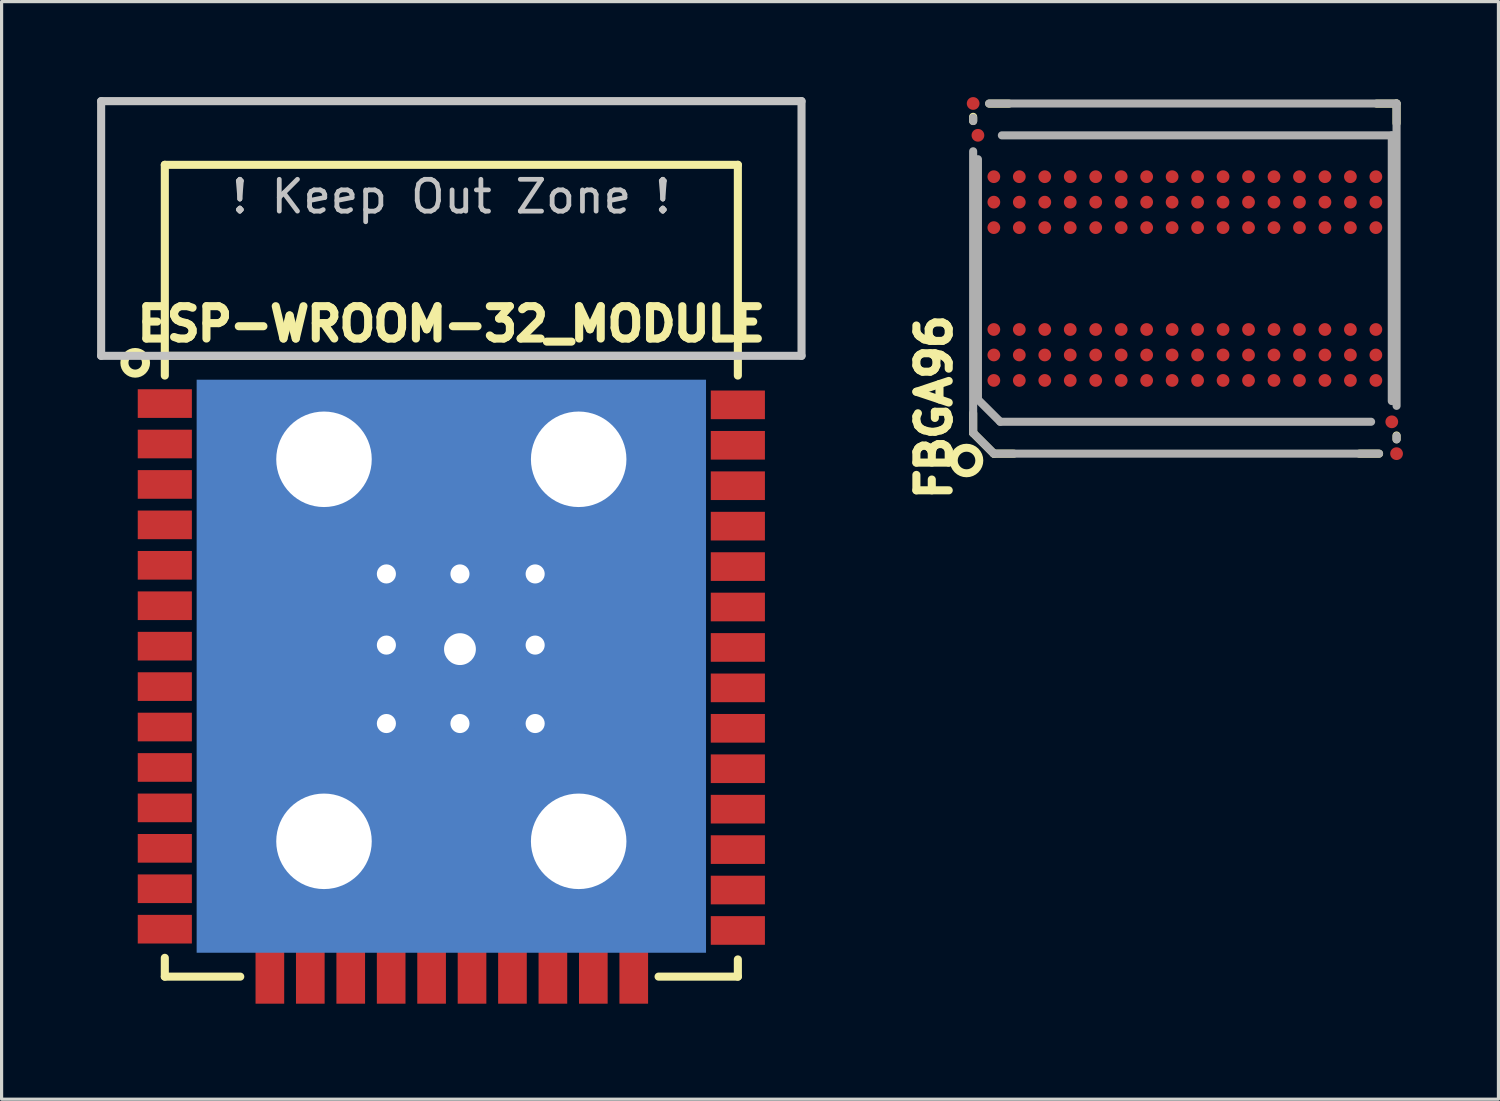
<source format=kicad_pcb>
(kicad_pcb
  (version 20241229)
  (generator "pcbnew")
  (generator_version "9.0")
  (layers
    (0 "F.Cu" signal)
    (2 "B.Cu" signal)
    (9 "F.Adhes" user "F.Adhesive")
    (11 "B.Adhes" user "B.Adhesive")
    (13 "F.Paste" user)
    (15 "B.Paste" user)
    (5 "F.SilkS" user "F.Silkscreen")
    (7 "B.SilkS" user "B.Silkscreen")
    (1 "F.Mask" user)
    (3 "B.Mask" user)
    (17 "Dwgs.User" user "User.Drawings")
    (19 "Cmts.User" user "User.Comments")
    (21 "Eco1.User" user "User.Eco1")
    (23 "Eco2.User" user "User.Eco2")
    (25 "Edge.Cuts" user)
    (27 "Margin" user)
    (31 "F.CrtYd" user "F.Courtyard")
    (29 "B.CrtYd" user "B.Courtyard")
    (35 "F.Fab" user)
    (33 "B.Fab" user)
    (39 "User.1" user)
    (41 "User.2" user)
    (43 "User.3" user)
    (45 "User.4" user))
  (footprint "ESP-WROOM-32_MODULE"
    (layer "F.Cu")
    (at 11.127 14.877)
    (property "Reference" "ESP-WROOM-32_MODULE" (at 0 -7.75 0) (layer "F.SilkS") (effects (font (size 1.016 1.016) (thickness 0.254))))
    (attr through_hole)
    (fp_line (start -9 -12.75) (end -9 -6.13) (stroke (width 0.254) (type solid)) (layer "F.SilkS"))
    (fp_line (start -9 -12.75) (end 9 -12.75) (stroke (width 0.254) (type solid)) (layer "F.SilkS"))
    (fp_line (start -9 -6.75) (end 9 -6.75) (stroke (width 0.254) (type solid)) (layer "F.SilkS"))
    (fp_line (start -9 12.75) (end -9 12.16) (stroke (width 0.254) (type solid)) (layer "F.SilkS"))
    (fp_line (start -9 12.75) (end -6.63 12.75) (stroke (width 0.254) (type solid)) (layer "F.SilkS"))
    (fp_line (start 9 -12.75) (end 9 -6.13) (stroke (width 0.254) (type solid)) (layer "F.SilkS"))
    (fp_line (start 9 12.75) (end 6.51 12.75) (stroke (width 0.254) (type solid)) (layer "F.SilkS"))
    (fp_line (start 9 12.75) (end 9 12.21) (stroke (width 0.254) (type solid)) (layer "F.SilkS"))
    (fp_circle (center -9.93 -6.53) (end -9.69 -6.77) (stroke (width 0.254) (type solid)) (fill no) (layer "F.SilkS"))
    (fp_line (start -11 -14.75) (end 11 -14.75) (stroke (width 0.254) (type solid)) (layer "Dwgs.User"))
    (fp_line (start -11 -6.75) (end -11 -14.75) (stroke (width 0.254) (type solid)) (layer "Dwgs.User"))
    (fp_line (start -11 -6.75) (end 11 -6.75) (stroke (width 0.254) (type solid)) (layer "Dwgs.User"))
    (fp_line (start 11 -14.75) (end 11 -6.75) (stroke (width 0.254) (type solid)) (layer "Dwgs.User"))
    (fp_text user "! Keep Out Zone !" (at 0 -11.75 0) (layer "Dwgs.User") (effects (font (size 1 1) (thickness 0.15))))
    (pad "" np_thru_hole circle (at -4 -3.5) (size 3 3) (drill oval 3) (layers "*.Cu" "*.Mask"))
    (pad "" np_thru_hole circle (at -4 8.5) (size 3 3) (drill oval 3) (layers "*.Cu" "*.Mask"))
    (pad "" thru_hole circle (at -2.04 0.101) (size 1.3 1.3) (drill 0.6) (layers "*.Cu" "F.Mask"))
    (pad "" smd rect (at -0.999 1.066) (size 1.4 1.4) (layers "F.Paste"))
    (pad "" smd rect (at -0.974 3.733) (size 1.4 1.4) (layers "F.Paste"))
    (pad "" smd rect (at 1.541 1.066) (size 1.4 1.4) (layers "F.Paste"))
    (pad "" smd rect (at 1.566 3.733) (size 1.4 1.4) (layers "F.Paste"))
    (pad "" np_thru_hole circle (at 4 -3.5) (size 3 3) (drill oval 3) (layers "*.Cu" "*.Mask"))
    (pad "" np_thru_hole circle (at 4 8.5) (size 3 3) (drill oval 3) (layers "*.Cu" "*.Mask"))
    (pad "1" smd rect (at -9 -5.25) (size 1.7 0.9) (layers "F.Cu" "F.Mask" "F.Paste"))
    (pad "2" smd rect (at -9 -3.98) (size 1.7 0.9) (layers "F.Cu" "F.Mask" "F.Paste"))
    (pad "3" smd rect (at -9 -2.71) (size 1.7 0.9) (layers "F.Cu" "F.Mask" "F.Paste"))
    (pad "4" smd rect (at -9 -1.44) (size 1.7 0.9) (layers "F.Cu" "F.Mask" "F.Paste"))
    (pad "5" smd rect (at -9 -0.17) (size 1.7 0.9) (layers "F.Cu" "F.Mask" "F.Paste"))
    (pad "6" smd rect (at -9 1.1) (size 1.7 0.9) (layers "F.Cu" "F.Mask" "F.Paste"))
    (pad "7" smd rect (at -9 2.37) (size 1.7 0.9) (layers "F.Cu" "F.Mask" "F.Paste"))
    (pad "8" smd rect (at -9 3.64) (size 1.7 0.9) (layers "F.Cu" "F.Mask" "F.Paste"))
    (pad "9" smd rect (at -9 4.91) (size 1.7 0.9) (layers "F.Cu" "F.Mask" "F.Paste"))
    (pad "10" smd rect (at -9 6.18) (size 1.7 0.9) (layers "F.Cu" "F.Mask" "F.Paste"))
    (pad "11" smd rect (at -9 7.45) (size 1.7 0.9) (layers "F.Cu" "F.Mask" "F.Paste"))
    (pad "12" smd rect (at -9 8.72) (size 1.7 0.9) (layers "F.Cu" "F.Mask" "F.Paste"))
    (pad "13" smd rect (at -9 9.99) (size 1.7 0.9) (layers "F.Cu" "F.Mask" "F.Paste"))
    (pad "14" smd rect (at -9 11.26) (size 1.7 0.9) (layers "F.Cu" "F.Mask" "F.Paste"))
    (pad "15" smd rect (at -5.7 12.75) (size 0.9 1.7) (layers "F.Cu" "F.Mask" "F.Paste"))
    (pad "16" smd rect (at -4.43 12.75) (size 0.9 1.7) (layers "F.Cu" "F.Mask" "F.Paste"))
    (pad "17" smd rect (at -3.16 12.75) (size 0.9 1.7) (layers "F.Cu" "F.Mask" "F.Paste"))
    (pad "18" smd rect (at -1.89 12.75) (size 0.9 1.7) (layers "F.Cu" "F.Mask" "F.Paste"))
    (pad "19" smd rect (at -0.62 12.75) (size 0.9 1.7) (layers "F.Cu" "F.Mask" "F.Paste"))
    (pad "20" smd rect (at 0.65 12.75) (size 0.9 1.7) (layers "F.Cu" "F.Mask" "F.Paste"))
    (pad "21" smd rect (at 1.92 12.75) (size 0.9 1.7) (layers "F.Cu" "F.Mask" "F.Paste"))
    (pad "22" smd rect (at 3.19 12.75) (size 0.9 1.7) (layers "F.Cu" "F.Mask" "F.Paste"))
    (pad "23" smd rect (at 4.46 12.75) (size 0.9 1.7) (layers "F.Cu" "F.Mask" "F.Paste"))
    (pad "24" smd rect (at 5.73 12.75) (size 0.9 1.7) (layers "F.Cu" "F.Mask" "F.Paste"))
    (pad "25" smd rect (at 9 11.3) (size 1.7 0.9) (layers "F.Cu" "F.Mask" "F.Paste"))
    (pad "26" smd rect (at 9 10.03) (size 1.7 0.9) (layers "F.Cu" "F.Mask" "F.Paste"))
    (pad "27" smd rect (at 9 8.76) (size 1.7 0.9) (layers "F.Cu" "F.Mask" "F.Paste"))
    (pad "28" smd rect (at 9 7.49) (size 1.7 0.9) (layers "F.Cu" "F.Mask" "F.Paste"))
    (pad "29" smd rect (at 9 6.22) (size 1.7 0.9) (layers "F.Cu" "F.Mask" "F.Paste"))
    (pad "30" smd rect (at 9 4.95) (size 1.7 0.9) (layers "F.Cu" "F.Mask" "F.Paste"))
    (pad "31" smd rect (at 9 3.68) (size 1.7 0.9) (layers "F.Cu" "F.Mask" "F.Paste"))
    (pad "32" smd rect (at 9 2.41) (size 1.7 0.9) (layers "F.Cu" "F.Mask" "F.Paste"))
    (pad "33" smd rect (at 9 1.14) (size 1.7 0.9) (layers "F.Cu" "F.Mask" "F.Paste"))
    (pad "34" smd rect (at 9 -0.13) (size 1.7 0.9) (layers "F.Cu" "F.Mask" "F.Paste"))
    (pad "35" smd rect (at 9 -1.4) (size 1.7 0.9) (layers "F.Cu" "F.Mask" "F.Paste"))
    (pad "36" smd rect (at 9 -2.67) (size 1.7 0.9) (layers "F.Cu" "F.Mask" "F.Paste"))
    (pad "37" smd rect (at 9 -3.94) (size 1.7 0.9) (layers "F.Cu" "F.Mask" "F.Paste"))
    (pad "38" smd rect (at 9 -5.21) (size 1.7 0.9) (layers "F.Cu" "F.Mask" "F.Paste"))
    (pad "39" thru_hole circle (at -2.04 2.336) (size 1.3 1.3) (drill 0.6) (layers "*.Cu" "*.Mask"))
    (pad "39" thru_hole circle (at -2.04 4.8) (size 1.3 1.3) (drill 0.6) (layers "*.Cu" "*.Mask"))
    (pad "39" smd rect (at 0 3) (size 16 18) (layers "F.Mask" "B.Cu"))
    (pad "39" thru_hole circle (at 0.271 0.101) (size 1.3 1.3) (drill 0.6) (layers "*.Cu" "*.Mask"))
    (pad "39" thru_hole circle (at 0.271 2.463) (size 2 2) (drill 1) (layers "*.Cu" "*.Mask"))
    (pad "39" thru_hole circle (at 0.271 4.8) (size 1.3 1.3) (drill 0.6) (layers "*.Cu" "*.Mask"))
    (pad "39" smd rect (at 0.3 2.45) (size 6 6) (layers "F.Cu" "F.Mask"))
    (pad "39" thru_hole circle (at 2.633 0.101) (size 1.3 1.3) (drill 0.6) (layers "*.Cu" "*.Mask"))
    (pad "39" thru_hole circle (at 2.633 2.336) (size 1.3 1.3) (drill 0.6) (layers "*.Cu" "*.Mask"))
    (pad "39" thru_hole circle (at 2.633 4.8) (size 1.3 1.3) (drill 0.6) (layers "*.Cu" "*.Mask")))
  (footprint "FBGA96"
    (layer "F.Cu")
    (at 34.168 5.7)
    (property "Reference" "FBGA96" (at -7.874 4.039 90) (layer "F.SilkS") (effects (font (size 1.016 1.016) (thickness 0.254))))
    (attr smd)
    (fp_line (start -6.65 -5.08) (end -6.65 -4.95) (stroke (width 0.254) (type solid)) (layer "F.SilkS"))
    (fp_line (start -6.65 4.23) (end -6.65 4.85) (stroke (width 0.254) (type solid)) (layer "F.SilkS"))
    (fp_line (start -6.145 -5.495) (end -5.525 -5.495) (stroke (width 0.254) (type solid)) (layer "F.SilkS"))
    (fp_line (start -6 5.5) (end -6.65 4.85) (stroke (width 0.254) (type solid)) (layer "F.SilkS"))
    (fp_line (start -5.37 5.5) (end -6 5.5) (stroke (width 0.254) (type solid)) (layer "F.SilkS"))
    (fp_line (start 6.025 -5.495) (end 6.645 -5.495) (stroke (width 0.254) (type solid)) (layer "F.SilkS"))
    (fp_line (start 6.1 5.5) (end 5.48 5.5) (stroke (width 0.254) (type solid)) (layer "F.SilkS"))
    (fp_line (start 6.65 -5.5) (end 6.65 -4.88) (stroke (width 0.254) (type solid)) (layer "F.SilkS"))
    (fp_line (start 6.65 4.93) (end 6.65 5.05) (stroke (width 0.254) (type solid)) (layer "F.SilkS"))
    (fp_circle (center -6.858 5.715) (end -6.477 5.588) (stroke (width 0.25) (type solid)) (fill no) (layer "F.SilkS"))
    (fp_line (start -6.65 -5.05) (end -6.65 -4.948) (stroke (width 0.254) (type solid)) (layer "F.Fab"))
    (fp_line (start -6.65 -3.998) (end -6.65 4.849) (stroke (width 0.254) (type solid)) (layer "F.Fab"))
    (fp_line (start -6.65 4.849) (end -5.999 5.499) (stroke (width 0.254) (type solid)) (layer "F.Fab"))
    (fp_line (start -6.5 -3.749) (end -6.5 3.8) (stroke (width 0.254) (type solid)) (layer "F.Fab"))
    (fp_line (start -6.5 3.8) (end -5.799 4.498) (stroke (width 0.254) (type solid)) (layer "F.Fab"))
    (fp_line (start -5.999 5.499) (end 6.099 5.499) (stroke (width 0.254) (type solid)) (layer "F.Fab"))
    (fp_line (start -5.799 4.498) (end 5.85 4.498) (stroke (width 0.254) (type solid)) (layer "F.Fab"))
    (fp_line (start 6.5 -4.498) (end -5.748 -4.498) (stroke (width 0.254) (type solid)) (layer "F.Fab"))
    (fp_line (start 6.5 3.848) (end 6.5 -4.498) (stroke (width 0.254) (type solid)) (layer "F.Fab"))
    (fp_line (start 6.65 -5.499) (end -6.149 -5.499) (stroke (width 0.254) (type solid)) (layer "F.Fab"))
    (fp_line (start 6.65 3.998) (end 6.65 -5.499) (stroke (width 0.254) (type solid)) (layer "F.Fab"))
    (fp_line (start 6.65 5.05) (end 6.65 4.948) (stroke (width 0.254) (type solid)) (layer "F.Fab"))
    (pad "A1" smd circle (at -6 3.2 90) (size 0.4 0.4) (layers "F.Cu" "F.Mask" "F.Paste"))
    (pad "A2" smd circle (at -6 2.4 90) (size 0.4 0.4) (layers "F.Cu" "F.Mask" "F.Paste"))
    (pad "A3" smd circle (at -6 1.6 90) (size 0.4 0.4) (layers "F.Cu" "F.Mask" "F.Paste"))
    (pad "A7" smd circle (at -6 -1.6 90) (size 0.4 0.4) (layers "F.Cu" "F.Mask" "F.Paste"))
    (pad "A8" smd circle (at -6 -2.4 90) (size 0.4 0.4) (layers "F.Cu" "F.Mask" "F.Paste"))
    (pad "A9" smd circle (at -6 -3.2 90) (size 0.4 0.4) (layers "F.Cu" "F.Mask" "F.Paste"))
    (pad "B1" smd circle (at -5.2 3.2 90) (size 0.4 0.4) (layers "F.Cu" "F.Mask" "F.Paste"))
    (pad "B2" smd circle (at -5.2 2.4 90) (size 0.4 0.4) (layers "F.Cu" "F.Mask" "F.Paste"))
    (pad "B3" smd circle (at -5.2 1.6 90) (size 0.4 0.4) (layers "F.Cu" "F.Mask" "F.Paste"))
    (pad "B7" smd circle (at -5.2 -1.6 90) (size 0.4 0.4) (layers "F.Cu" "F.Mask" "F.Paste"))
    (pad "B8" smd circle (at -5.2 -2.4 90) (size 0.4 0.4) (layers "F.Cu" "F.Mask" "F.Paste"))
    (pad "B9" smd circle (at -5.2 -3.2 90) (size 0.4 0.4) (layers "F.Cu" "F.Mask" "F.Paste"))
    (pad "C1" smd circle (at -4.4 3.2 90) (size 0.4 0.4) (layers "F.Cu" "F.Mask" "F.Paste"))
    (pad "C2" smd circle (at -4.4 2.4 90) (size 0.4 0.4) (layers "F.Cu" "F.Mask" "F.Paste"))
    (pad "C3" smd circle (at -4.4 1.6 90) (size 0.4 0.4) (layers "F.Cu" "F.Mask" "F.Paste"))
    (pad "C7" smd circle (at -4.4 -1.6 90) (size 0.4 0.4) (layers "F.Cu" "F.Mask" "F.Paste"))
    (pad "C8" smd circle (at -4.4 -2.4 90) (size 0.4 0.4) (layers "F.Cu" "F.Mask" "F.Paste"))
    (pad "C9" smd circle (at -4.4 -3.2 90) (size 0.4 0.4) (layers "F.Cu" "F.Mask" "F.Paste"))
    (pad "D1" smd circle (at -3.6 3.2 90) (size 0.4 0.4) (layers "F.Cu" "F.Mask" "F.Paste"))
    (pad "D2" smd circle (at -3.6 2.4 90) (size 0.4 0.4) (layers "F.Cu" "F.Mask" "F.Paste"))
    (pad "D3" smd circle (at -3.6 1.6 90) (size 0.4 0.4) (layers "F.Cu" "F.Mask" "F.Paste"))
    (pad "D7" smd circle (at -3.6 -1.6 90) (size 0.4 0.4) (layers "F.Cu" "F.Mask" "F.Paste"))
    (pad "D8" smd circle (at -3.6 -2.4 90) (size 0.4 0.4) (layers "F.Cu" "F.Mask" "F.Paste"))
    (pad "D9" smd circle (at -3.6 -3.2 90) (size 0.4 0.4) (layers "F.Cu" "F.Mask" "F.Paste"))
    (pad "E1" smd circle (at -2.8 3.2 90) (size 0.4 0.4) (layers "F.Cu" "F.Mask" "F.Paste"))
    (pad "E2" smd circle (at -2.8 2.4 90) (size 0.4 0.4) (layers "F.Cu" "F.Mask" "F.Paste"))
    (pad "E3" smd circle (at -2.8 1.6 90) (size 0.4 0.4) (layers "F.Cu" "F.Mask" "F.Paste"))
    (pad "E7" smd circle (at -2.8 -1.6 90) (size 0.4 0.4) (layers "F.Cu" "F.Mask" "F.Paste"))
    (pad "E8" smd circle (at -2.8 -2.4 90) (size 0.4 0.4) (layers "F.Cu" "F.Mask" "F.Paste"))
    (pad "E9" smd circle (at -2.8 -3.2 90) (size 0.4 0.4) (layers "F.Cu" "F.Mask" "F.Paste"))
    (pad "F1" smd circle (at -2 3.2 90) (size 0.4 0.4) (layers "F.Cu" "F.Mask" "F.Paste"))
    (pad "F2" smd circle (at -2 2.4 90) (size 0.4 0.4) (layers "F.Cu" "F.Mask" "F.Paste"))
    (pad "F3" smd circle (at -2 1.6 90) (size 0.4 0.4) (layers "F.Cu" "F.Mask" "F.Paste"))
    (pad "F7" smd circle (at -2 -1.6 90) (size 0.4 0.4) (layers "F.Cu" "F.Mask" "F.Paste"))
    (pad "F8" smd circle (at -2 -2.4 90) (size 0.4 0.4) (layers "F.Cu" "F.Mask" "F.Paste"))
    (pad "F9" smd circle (at -2 -3.2 90) (size 0.4 0.4) (layers "F.Cu" "F.Mask" "F.Paste"))
    (pad "FID1" smd circle (at 6.5 4.5 90) (size 0.4 0.4) (layers "F.Cu" "F.Mask"))
    (pad "FID2" smd circle (at -6.5 -4.5 90) (size 0.4 0.4) (layers "F.Cu" "F.Mask"))
    (pad "FID3" smd circle (at 6.65 5.5 90) (size 0.4 0.4) (layers "F.Cu" "F.Mask"))
    (pad "FID4" smd circle (at -6.65 -5.5 90) (size 0.4 0.4) (layers "F.Cu" "F.Mask"))
    (pad "G1" smd circle (at -1.2 3.2 90) (size 0.4 0.4) (layers "F.Cu" "F.Mask" "F.Paste"))
    (pad "G2" smd circle (at -1.2 2.4 90) (size 0.4 0.4) (layers "F.Cu" "F.Mask" "F.Paste"))
    (pad "G3" smd circle (at -1.2 1.6 90) (size 0.4 0.4) (layers "F.Cu" "F.Mask" "F.Paste"))
    (pad "G7" smd circle (at -1.2 -1.6 90) (size 0.4 0.4) (layers "F.Cu" "F.Mask" "F.Paste"))
    (pad "G8" smd circle (at -1.2 -2.4 90) (size 0.4 0.4) (layers "F.Cu" "F.Mask" "F.Paste"))
    (pad "G9" smd circle (at -1.2 -3.2 90) (size 0.4 0.4) (layers "F.Cu" "F.Mask" "F.Paste"))
    (pad "H1" smd circle (at -0.4 3.2 90) (size 0.4 0.4) (layers "F.Cu" "F.Mask" "F.Paste"))
    (pad "H2" smd circle (at -0.4 2.4 90) (size 0.4 0.4) (layers "F.Cu" "F.Mask" "F.Paste"))
    (pad "H3" smd circle (at -0.4 1.6 90) (size 0.4 0.4) (layers "F.Cu" "F.Mask" "F.Paste"))
    (pad "H7" smd circle (at -0.4 -1.6 90) (size 0.4 0.4) (layers "F.Cu" "F.Mask" "F.Paste"))
    (pad "H8" smd circle (at -0.4 -2.4 90) (size 0.4 0.4) (layers "F.Cu" "F.Mask" "F.Paste"))
    (pad "H9" smd circle (at -0.4 -3.2 90) (size 0.4 0.4) (layers "F.Cu" "F.Mask" "F.Paste"))
    (pad "J1" smd circle (at 0.4 3.2 90) (size 0.4 0.4) (layers "F.Cu" "F.Mask" "F.Paste"))
    (pad "J2" smd circle (at 0.4 2.4 90) (size 0.4 0.4) (layers "F.Cu" "F.Mask" "F.Paste"))
    (pad "J3" smd circle (at 0.4 1.6 90) (size 0.4 0.4) (layers "F.Cu" "F.Mask" "F.Paste"))
    (pad "J7" smd circle (at 0.4 -1.6 90) (size 0.4 0.4) (layers "F.Cu" "F.Mask" "F.Paste"))
    (pad "J8" smd circle (at 0.4 -2.4 90) (size 0.4 0.4) (layers "F.Cu" "F.Mask" "F.Paste"))
    (pad "J9" smd circle (at 0.4 -3.2 90) (size 0.4 0.4) (layers "F.Cu" "F.Mask" "F.Paste"))
    (pad "K1" smd circle (at 1.2 3.2 90) (size 0.4 0.4) (layers "F.Cu" "F.Mask" "F.Paste"))
    (pad "K2" smd circle (at 1.2 2.4 90) (size 0.4 0.4) (layers "F.Cu" "F.Mask" "F.Paste"))
    (pad "K3" smd circle (at 1.2 1.6 90) (size 0.4 0.4) (layers "F.Cu" "F.Mask" "F.Paste"))
    (pad "K7" smd circle (at 1.2 -1.6 90) (size 0.4 0.4) (layers "F.Cu" "F.Mask" "F.Paste"))
    (pad "K8" smd circle (at 1.2 -2.4 90) (size 0.4 0.4) (layers "F.Cu" "F.Mask" "F.Paste"))
    (pad "K9" smd circle (at 1.2 -3.2 90) (size 0.4 0.4) (layers "F.Cu" "F.Mask" "F.Paste"))
    (pad "L1" smd circle (at 2 3.2 90) (size 0.4 0.4) (layers "F.Cu" "F.Mask" "F.Paste"))
    (pad "L2" smd circle (at 2 2.4 90) (size 0.4 0.4) (layers "F.Cu" "F.Mask" "F.Paste"))
    (pad "L3" smd circle (at 2 1.6 90) (size 0.4 0.4) (layers "F.Cu" "F.Mask" "F.Paste"))
    (pad "L7" smd circle (at 2 -1.6 90) (size 0.4 0.4) (layers "F.Cu" "F.Mask" "F.Paste"))
    (pad "L8" smd circle (at 2 -2.4 90) (size 0.4 0.4) (layers "F.Cu" "F.Mask" "F.Paste"))
    (pad "L9" smd circle (at 2 -3.2 90) (size 0.4 0.4) (layers "F.Cu" "F.Mask" "F.Paste"))
    (pad "M1" smd circle (at 2.8 3.2 90) (size 0.4 0.4) (layers "F.Cu" "F.Mask" "F.Paste"))
    (pad "M2" smd circle (at 2.8 2.4 90) (size 0.4 0.4) (layers "F.Cu" "F.Mask" "F.Paste"))
    (pad "M3" smd circle (at 2.8 1.6 90) (size 0.4 0.4) (layers "F.Cu" "F.Mask" "F.Paste"))
    (pad "M7" smd circle (at 2.8 -1.6 90) (size 0.4 0.4) (layers "F.Cu" "F.Mask" "F.Paste"))
    (pad "M8" smd circle (at 2.8 -2.4 90) (size 0.4 0.4) (layers "F.Cu" "F.Mask" "F.Paste"))
    (pad "M9" smd circle (at 2.8 -3.2 90) (size 0.4 0.4) (layers "F.Cu" "F.Mask" "F.Paste"))
    (pad "N1" smd circle (at 3.6 3.2 90) (size 0.4 0.4) (layers "F.Cu" "F.Mask" "F.Paste"))
    (pad "N2" smd circle (at 3.6 2.4 90) (size 0.4 0.4) (layers "F.Cu" "F.Mask" "F.Paste"))
    (pad "N3" smd circle (at 3.6 1.6 90) (size 0.4 0.4) (layers "F.Cu" "F.Mask" "F.Paste"))
    (pad "N7" smd circle (at 3.6 -1.6 90) (size 0.4 0.4) (layers "F.Cu" "F.Mask" "F.Paste"))
    (pad "N8" smd circle (at 3.6 -2.4 90) (size 0.4 0.4) (layers "F.Cu" "F.Mask" "F.Paste"))
    (pad "N9" smd circle (at 3.6 -3.2 90) (size 0.4 0.4) (layers "F.Cu" "F.Mask" "F.Paste"))
    (pad "P1" smd circle (at 4.4 3.2 90) (size 0.4 0.4) (layers "F.Cu" "F.Mask" "F.Paste"))
    (pad "P2" smd circle (at 4.4 2.4 90) (size 0.4 0.4) (layers "F.Cu" "F.Mask" "F.Paste"))
    (pad "P3" smd circle (at 4.4 1.6 90) (size 0.4 0.4) (layers "F.Cu" "F.Mask" "F.Paste"))
    (pad "P7" smd circle (at 4.4 -1.6 90) (size 0.4 0.4) (layers "F.Cu" "F.Mask" "F.Paste"))
    (pad "P8" smd circle (at 4.4 -2.4 90) (size 0.4 0.4) (layers "F.Cu" "F.Mask" "F.Paste"))
    (pad "P9" smd circle (at 4.4 -3.2 90) (size 0.4 0.4) (layers "F.Cu" "F.Mask" "F.Paste"))
    (pad "R1" smd circle (at 5.2 3.2 90) (size 0.4 0.4) (layers "F.Cu" "F.Mask" "F.Paste"))
    (pad "R2" smd circle (at 5.2 2.4 90) (size 0.4 0.4) (layers "F.Cu" "F.Mask" "F.Paste"))
    (pad "R3" smd circle (at 5.2 1.6 90) (size 0.4 0.4) (layers "F.Cu" "F.Mask" "F.Paste"))
    (pad "R7" smd circle (at 5.2 -1.6 90) (size 0.4 0.4) (layers "F.Cu" "F.Mask" "F.Paste"))
    (pad "R8" smd circle (at 5.2 -2.4 90) (size 0.4 0.4) (layers "F.Cu" "F.Mask" "F.Paste"))
    (pad "R9" smd circle (at 5.2 -3.2 90) (size 0.4 0.4) (layers "F.Cu" "F.Mask" "F.Paste"))
    (pad "T1" smd circle (at 6 3.2 90) (size 0.4 0.4) (layers "F.Cu" "F.Mask" "F.Paste"))
    (pad "T2" smd circle (at 6 2.4 90) (size 0.4 0.4) (layers "F.Cu" "F.Mask" "F.Paste"))
    (pad "T3" smd circle (at 6 1.6 90) (size 0.4 0.4) (layers "F.Cu" "F.Mask" "F.Paste"))
    (pad "T7" smd circle (at 6 -1.6 90) (size 0.4 0.4) (layers "F.Cu" "F.Mask" "F.Paste"))
    (pad "T8" smd circle (at 6 -2.4 90) (size 0.4 0.4) (layers "F.Cu" "F.Mask" "F.Paste"))
    (pad "T9" smd circle (at 6 -3.2 90) (size 0.4 0.4) (layers "F.Cu" "F.Mask" "F.Paste")))
  (gr_rect
    (start -3 -3)
    (end 44.018 31.477)
    (stroke (width 0.1) (type default))
    (fill no)
    (layer "Edge.Cuts")))
</source>
